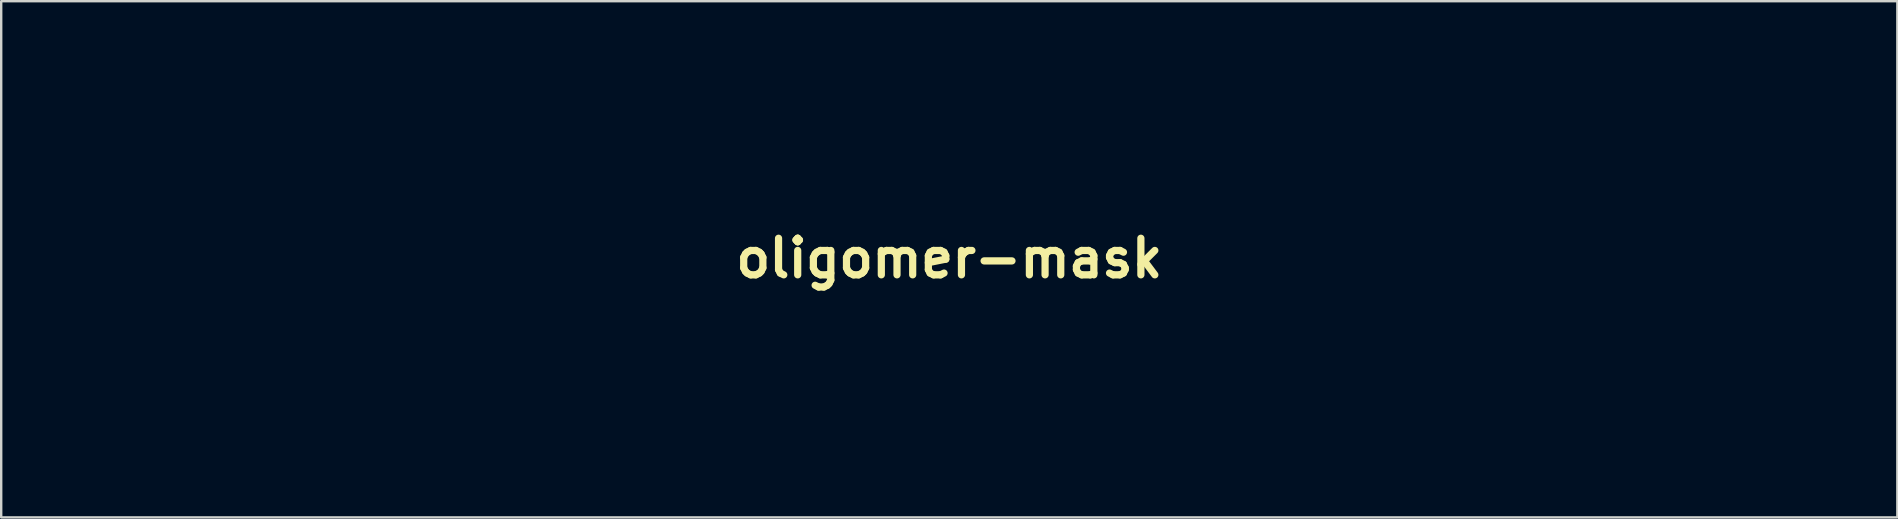
<source format=kicad_pcb>
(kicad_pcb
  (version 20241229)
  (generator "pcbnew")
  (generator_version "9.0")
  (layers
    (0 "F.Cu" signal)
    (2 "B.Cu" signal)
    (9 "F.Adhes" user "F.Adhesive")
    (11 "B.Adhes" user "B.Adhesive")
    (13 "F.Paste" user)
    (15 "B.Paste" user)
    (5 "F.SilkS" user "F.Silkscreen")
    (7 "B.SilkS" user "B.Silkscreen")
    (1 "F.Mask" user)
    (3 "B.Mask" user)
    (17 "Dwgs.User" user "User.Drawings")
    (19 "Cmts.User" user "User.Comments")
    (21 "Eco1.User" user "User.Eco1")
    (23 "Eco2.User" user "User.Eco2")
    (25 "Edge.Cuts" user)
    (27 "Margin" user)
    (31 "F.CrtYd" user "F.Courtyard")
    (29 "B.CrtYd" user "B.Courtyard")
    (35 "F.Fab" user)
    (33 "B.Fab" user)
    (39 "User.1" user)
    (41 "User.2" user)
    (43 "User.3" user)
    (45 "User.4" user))
  (footprint "oligomer-mask"
    (layer "F.Cu")
    (at 36.496 7.71)
    (property "Reference" "oligomer-mask" (at 0 0 0) (layer "F.SilkS") (effects (font (size 1.524 1.524) (thickness 0.3))))
    (attr exclude_from_pos_files exclude_from_bom)
    (fp_poly (pts (xy -8.467 -1.228) (xy -8.434 -1.125) (xy -8.408 -0.875) (xy -8.391 -0.499) (xy -8.382 -0.02) (xy -8.382 0.127) (xy -8.387 0.631) (xy -8.403 1.037) (xy -8.426 1.324) (xy -8.457 1.469) (xy -8.467 1.482) (xy -8.501 1.422) (xy -8.527 1.198) (xy -8.544 0.815) (xy -8.551 0.278) (xy -8.551 0.127) (xy -8.546 -0.447) (xy -8.532 -0.867) (xy -8.508 -1.129) (xy -8.476 -1.229) (xy -8.467 -1.228)) (stroke (width 0.01) (type solid)) (fill yes) (layer "F.Mask"))
    (fp_poly (pts (xy 3.81 -1.228) (xy 3.842 -1.125) (xy 3.868 -0.874) (xy 3.885 -0.495) (xy 3.894 -0.01) (xy 3.895 0.174) (xy 3.889 0.713) (xy 3.875 1.125) (xy 3.851 1.399) (xy 3.819 1.519) (xy 3.81 1.524) (xy 3.777 1.442) (xy 3.751 1.203) (xy 3.734 0.82) (xy 3.726 0.306) (xy 3.725 0.122) (xy 3.73 -0.45) (xy 3.745 -0.87) (xy 3.768 -1.131) (xy 3.801 -1.229) (xy 3.81 -1.228)) (stroke (width 0.01) (type solid)) (fill yes) (layer "F.Mask"))
    (fp_poly (pts (xy 8.487 1.494) (xy 8.502 1.513) (xy 8.449 1.576) (xy 8.275 1.702) (xy 8.012 1.872) (xy 7.69 2.071) (xy 7.337 2.279) (xy 6.983 2.481) (xy 6.659 2.658) (xy 6.394 2.793) (xy 6.218 2.869) (xy 6.173 2.879) (xy 6.113 2.843) (xy 6.143 2.802) (xy 6.243 2.733) (xy 6.47 2.593) (xy 6.806 2.393) (xy 7.23 2.144) (xy 7.721 1.858) (xy 8.262 1.547) (xy 8.397 1.47) (xy 8.487 1.494)) (stroke (width 0.01) (type solid)) (fill yes) (layer "F.Mask"))
    (fp_poly (pts (xy -30.735 -2.56) (xy -30.734 -2.549) (xy -30.803 -2.48) (xy -30.992 -2.348) (xy -31.27 -2.172) (xy -31.601 -1.977) (xy -31.996 -1.752) (xy -32.268 -1.598) (xy -32.44 -1.504) (xy -32.539 -1.46) (xy -32.587 -1.454) (xy -32.61 -1.474) (xy -32.624 -1.5) (xy -32.568 -1.559) (xy -32.398 -1.68) (xy -32.147 -1.845) (xy -31.847 -2.033) (xy -31.531 -2.224) (xy -31.233 -2.398) (xy -30.985 -2.534) (xy -30.82 -2.613) (xy -30.778 -2.625) (xy -30.735 -2.56)) (stroke (width 0.01) (type solid)) (fill yes) (layer "F.Mask"))
    (fp_poly (pts (xy -3.78 1.504) (xy -3.834 1.569) (xy -4.011 1.701) (xy -4.288 1.883) (xy -4.641 2.099) (xy -4.86 2.228) (xy -5.372 2.519) (xy -5.75 2.722) (xy -6.003 2.841) (xy -6.137 2.878) (xy -6.161 2.837) (xy -6.144 2.803) (xy -6.056 2.734) (xy -5.85 2.602) (xy -5.559 2.427) (xy -5.229 2.237) (xy -4.857 2.026) (xy -4.513 1.83) (xy -4.239 1.673) (xy -4.093 1.589) (xy -3.908 1.504) (xy -3.791 1.494) (xy -3.78 1.504)) (stroke (width 0.01) (type solid)) (fill yes) (layer "F.Mask"))
    (fp_poly (pts (xy 6.317 -2.584) (xy 6.526 -2.475) (xy 6.816 -2.314) (xy 7.155 -2.12) (xy 7.513 -1.91) (xy 7.861 -1.702) (xy 8.167 -1.515) (xy 8.401 -1.366) (xy 8.533 -1.272) (xy 8.551 -1.252) (xy 8.538 -1.208) (xy 8.486 -1.201) (xy 8.375 -1.24) (xy 8.184 -1.334) (xy 7.894 -1.493) (xy 7.485 -1.726) (xy 7.324 -1.818) (xy 6.81 -2.121) (xy 6.446 -2.352) (xy 6.232 -2.512) (xy 6.165 -2.602) (xy 6.218 -2.625) (xy 6.317 -2.584)) (stroke (width 0.01) (type solid)) (fill yes) (layer "F.Mask"))
    (fp_poly (pts (xy -6.07 -2.61) (xy -5.932 -2.552) (xy -5.695 -2.43) (xy -5.389 -2.261) (xy -5.045 -2.064) (xy -4.691 -1.855) (xy -4.358 -1.652) (xy -4.075 -1.474) (xy -3.873 -1.337) (xy -3.781 -1.26) (xy -3.779 -1.252) (xy -3.807 -1.217) (xy -3.851 -1.205) (xy -3.933 -1.228) (xy -4.075 -1.295) (xy -4.299 -1.417) (xy -4.627 -1.604) (xy -5.056 -1.851) (xy -5.552 -2.144) (xy -5.909 -2.37) (xy -6.124 -2.526) (xy -6.194 -2.61) (xy -6.116 -2.62) (xy -6.07 -2.61)) (stroke (width 0.01) (type solid)) (fill yes) (layer "F.Mask"))
    (fp_poly (pts (xy 30.847 -2.573) (xy 31.051 -2.484) (xy 31.335 -2.34) (xy 31.597 -2.196) (xy 32.027 -1.951) (xy 32.327 -1.775) (xy 32.518 -1.654) (xy 32.618 -1.576) (xy 32.646 -1.528) (xy 32.621 -1.497) (xy 32.621 -1.497) (xy 32.523 -1.519) (xy 32.312 -1.613) (xy 32.017 -1.764) (xy 31.669 -1.957) (xy 31.662 -1.961) (xy 31.268 -2.188) (xy 31 -2.345) (xy 30.835 -2.447) (xy 30.752 -2.511) (xy 30.729 -2.549) (xy 30.744 -2.579) (xy 30.757 -2.592) (xy 30.847 -2.573)) (stroke (width 0.01) (type solid)) (fill yes) (layer "F.Mask"))
    (fp_poly (pts (xy 36.37 -1.492) (xy 36.437 -1.421) (xy 36.473 -1.3) (xy 36.406 -1.16) (xy 36.283 -1.019) (xy 36.036 -0.762) (xy 36.264 -0.762) (xy 36.43 -0.735) (xy 36.491 -0.677) (xy 36.417 -0.621) (xy 36.234 -0.593) (xy 36.195 -0.593) (xy 35.975 -0.622) (xy 35.899 -0.705) (xy 35.956 -0.835) (xy 36.095 -1.002) (xy 36.11 -1.016) (xy 36.256 -1.2) (xy 36.318 -1.375) (xy 36.289 -1.496) (xy 36.212 -1.524) (xy 36.059 -1.47) (xy 35.99 -1.418) (xy 35.908 -1.358) (xy 35.914 -1.433) (xy 35.916 -1.439) (xy 36.021 -1.542) (xy 36.197 -1.559) (xy 36.37 -1.492)) (stroke (width 0.01) (type solid)) (fill yes) (layer "F.Mask"))
    (fp_poly (pts (xy -34.76 -1.573) (xy -34.632 -1.445) (xy -34.597 -1.306) (xy -34.665 -1.149) (xy -34.763 -1.022) (xy -34.897 -0.856) (xy -34.925 -0.782) (xy -34.854 -0.763) (xy -34.806 -0.762) (xy -34.664 -0.728) (xy -34.629 -0.677) (xy -34.703 -0.621) (xy -34.886 -0.593) (xy -34.925 -0.593) (xy -35.121 -0.61) (xy -35.219 -0.652) (xy -35.221 -0.661) (xy -35.165 -0.758) (xy -35.025 -0.916) (xy -34.967 -0.974) (xy -34.808 -1.15) (xy -34.719 -1.294) (xy -34.713 -1.323) (xy -34.774 -1.462) (xy -34.906 -1.496) (xy -34.992 -1.449) (xy -35.115 -1.363) (xy -35.183 -1.373) (xy -35.149 -1.467) (xy -35.137 -1.482) (xy -34.955 -1.596) (xy -34.76 -1.573)) (stroke (width 0.01) (type solid)) (fill yes) (layer "F.Mask"))
    (fp_poly (pts (xy -33.613 -2.352) (xy -33.368 -2.248) (xy -33.316 -2.201) (xy -33.216 -2.044) (xy -33.239 -1.968) (xy -33.357 -2.005) (xy -33.428 -2.061) (xy -33.675 -2.199) (xy -33.908 -2.188) (xy -34.093 -2.043) (xy -34.195 -1.785) (xy -34.205 -1.651) (xy -34.172 -1.413) (xy -34.118 -1.264) (xy -33.964 -1.133) (xy -33.745 -1.1) (xy -33.532 -1.165) (xy -33.424 -1.27) (xy -33.302 -1.413) (xy -33.215 -1.422) (xy -33.189 -1.325) (xy -33.264 -1.143) (xy -33.452 -1.01) (xy -33.702 -0.942) (xy -33.963 -0.955) (xy -34.149 -1.037) (xy -34.31 -1.249) (xy -34.383 -1.544) (xy -34.368 -1.86) (xy -34.265 -2.135) (xy -34.147 -2.265) (xy -33.9 -2.36) (xy -33.613 -2.352)) (stroke (width 0.01) (type solid)) (fill yes) (layer "F.Mask"))
    (fp_poly (pts (xy -2.787 6.81) (xy -2.673 6.943) (xy -2.657 7.027) (xy -2.624 7.256) (xy -2.584 7.388) (xy -2.573 7.576) (xy -2.679 7.715) (xy -2.85 7.779) (xy -3.036 7.743) (xy -3.133 7.662) (xy -3.181 7.56) (xy -3.122 7.541) (xy -3.003 7.615) (xy -2.988 7.63) (xy -2.855 7.682) (xy -2.801 7.667) (xy -2.715 7.535) (xy -2.749 7.382) (xy -2.839 7.311) (xy -2.919 7.259) (xy -2.86 7.183) (xy -2.818 7.15) (xy -2.719 7.043) (xy -2.765 6.94) (xy -2.773 6.931) (xy -2.889 6.868) (xy -2.98 6.926) (xy -3.107 7.016) (xy -3.178 7.012) (xy -3.148 6.921) (xy -3.129 6.896) (xy -2.96 6.789) (xy -2.787 6.81)) (stroke (width 0.01) (type solid)) (fill yes) (layer "F.Mask"))
    (fp_poly (pts (xy 4.238 6.808) (xy 4.35 6.941) (xy 4.365 7.029) (xy 4.392 7.235) (xy 4.432 7.345) (xy 4.447 7.506) (xy 4.358 7.676) (xy 4.21 7.781) (xy 4.156 7.789) (xy 3.972 7.728) (xy 3.895 7.662) (xy 3.846 7.56) (xy 3.905 7.541) (xy 4.025 7.615) (xy 4.04 7.63) (xy 4.172 7.682) (xy 4.226 7.667) (xy 4.313 7.535) (xy 4.269 7.376) (xy 4.17 7.288) (xy 4.094 7.22) (xy 4.128 7.199) (xy 4.213 7.126) (xy 4.233 7.027) (xy 4.189 6.883) (xy 4.089 6.872) (xy 4.022 6.943) (xy 3.905 7.024) (xy 3.879 7.027) (xy 3.846 6.978) (xy 3.898 6.896) (xy 4.067 6.788) (xy 4.238 6.808)) (stroke (width 0.01) (type solid)) (fill yes) (layer "F.Mask"))
    (fp_poly (pts (xy 34.163 -2.277) (xy 34.248 -2.201) (xy 34.348 -2.044) (xy 34.325 -1.968) (xy 34.207 -2.005) (xy 34.136 -2.061) (xy 33.905 -2.178) (xy 33.672 -2.154) (xy 33.48 -2.011) (xy 33.37 -1.772) (xy 33.359 -1.651) (xy 33.418 -1.4) (xy 33.568 -1.215) (xy 33.766 -1.117) (xy 33.969 -1.127) (xy 34.137 -1.264) (xy 34.14 -1.27) (xy 34.262 -1.413) (xy 34.349 -1.422) (xy 34.375 -1.325) (xy 34.299 -1.151) (xy 34.11 -1.008) (xy 33.863 -0.934) (xy 33.803 -0.931) (xy 33.533 -1) (xy 33.365 -1.154) (xy 33.233 -1.417) (xy 33.189 -1.666) (xy 33.255 -1.96) (xy 33.424 -2.188) (xy 33.659 -2.33) (xy 33.918 -2.366) (xy 34.163 -2.277)) (stroke (width 0.01) (type solid)) (fill yes) (layer "F.Mask"))
    (fp_poly (pts (xy -1.332 6.161) (xy -1.312 6.181) (xy -1.212 6.338) (xy -1.235 6.414) (xy -1.353 6.377) (xy -1.424 6.321) (xy -1.653 6.196) (xy -1.87 6.212) (xy -2.051 6.338) (xy -2.171 6.546) (xy -2.204 6.807) (xy -2.127 7.092) (xy -2.114 7.118) (xy -1.96 7.249) (xy -1.741 7.282) (xy -1.528 7.217) (xy -1.42 7.112) (xy -1.298 6.969) (xy -1.211 6.96) (xy -1.185 7.057) (xy -1.258 7.245) (xy -1.444 7.376) (xy -1.692 7.436) (xy -1.953 7.416) (xy -2.176 7.305) (xy -2.201 7.281) (xy -2.345 7.032) (xy -2.382 6.724) (xy -2.317 6.421) (xy -2.152 6.191) (xy -2.148 6.187) (xy -1.859 6.04) (xy -1.572 6.032) (xy -1.332 6.161)) (stroke (width 0.01) (type solid)) (fill yes) (layer "F.Mask"))
    (fp_poly (pts (xy 2.224 6.161) (xy 2.244 6.181) (xy 2.344 6.338) (xy 2.321 6.414) (xy 2.203 6.377) (xy 2.132 6.321) (xy 1.89 6.196) (xy 1.637 6.216) (xy 1.488 6.314) (xy 1.384 6.519) (xy 1.36 6.797) (xy 1.42 7.071) (xy 1.442 7.118) (xy 1.596 7.249) (xy 1.815 7.282) (xy 2.028 7.217) (xy 2.136 7.112) (xy 2.258 6.969) (xy 2.345 6.96) (xy 2.371 7.057) (xy 2.298 7.245) (xy 2.112 7.376) (xy 1.864 7.436) (xy 1.603 7.416) (xy 1.38 7.305) (xy 1.355 7.281) (xy 1.211 7.032) (xy 1.174 6.724) (xy 1.239 6.421) (xy 1.404 6.191) (xy 1.408 6.187) (xy 1.697 6.04) (xy 1.984 6.032) (xy 2.224 6.161)) (stroke (width 0.01) (type solid)) (fill yes) (layer "F.Mask"))
    (fp_poly (pts (xy -11.927 -4.042) (xy -11.728 -3.815) (xy -11.626 -3.498) (xy -11.612 -3.247) (xy -11.672 -3.073) (xy -11.797 -2.927) (xy -12.074 -2.746) (xy -12.372 -2.706) (xy -12.646 -2.807) (xy -12.779 -2.932) (xy -12.93 -3.243) (xy -12.935 -3.429) (xy -12.785 -3.429) (xy -12.72 -3.176) (xy -12.556 -2.988) (xy -12.338 -2.886) (xy -12.111 -2.892) (xy -11.931 -3.014) (xy -11.852 -3.191) (xy -11.819 -3.428) (xy -11.819 -3.429) (xy -11.876 -3.739) (xy -12.042 -3.925) (xy -12.282 -3.979) (xy -12.526 -3.903) (xy -12.708 -3.708) (xy -12.784 -3.444) (xy -12.785 -3.429) (xy -12.935 -3.429) (xy -12.939 -3.573) (xy -12.808 -3.87) (xy -12.746 -3.941) (xy -12.472 -4.119) (xy -12.187 -4.148) (xy -11.927 -4.042)) (stroke (width 0.01) (type solid)) (fill yes) (layer "F.Mask"))
    (fp_poly (pts (xy 18.79 -7.623) (xy 18.985 -7.432) (xy 19.087 -7.15) (xy 19.09 -6.833) (xy 18.99 -6.534) (xy 18.903 -6.413) (xy 18.684 -6.284) (xy 18.405 -6.262) (xy 18.131 -6.345) (xy 17.955 -6.488) (xy 17.807 -6.782) (xy 17.798 -6.952) (xy 17.949 -6.952) (xy 18.015 -6.697) (xy 18.18 -6.524) (xy 18.399 -6.446) (xy 18.626 -6.475) (xy 18.814 -6.624) (xy 18.86 -6.702) (xy 18.91 -6.959) (xy 18.859 -7.23) (xy 18.725 -7.439) (xy 18.685 -7.469) (xy 18.447 -7.536) (xy 18.22 -7.464) (xy 18.041 -7.283) (xy 17.953 -7.019) (xy 17.949 -6.952) (xy 17.798 -6.952) (xy 17.792 -7.08) (xy 17.885 -7.351) (xy 18.066 -7.564) (xy 18.311 -7.689) (xy 18.598 -7.695) (xy 18.79 -7.623)) (stroke (width 0.01) (type solid)) (fill yes) (layer "F.Mask"))
    (fp_poly (pts (xy 24.981 -3.994) (xy 25.008 -3.973) (xy 25.174 -3.745) (xy 25.242 -3.444) (xy 25.207 -3.134) (xy 25.066 -2.883) (xy 25.061 -2.879) (xy 24.83 -2.75) (xy 24.538 -2.712) (xy 24.266 -2.771) (xy 24.192 -2.815) (xy 24.002 -3.058) (xy 23.923 -3.378) (xy 23.934 -3.456) (xy 24.125 -3.456) (xy 24.166 -3.162) (xy 24.218 -3.042) (xy 24.369 -2.916) (xy 24.596 -2.881) (xy 24.825 -2.938) (xy 24.928 -3.012) (xy 25.049 -3.232) (xy 25.056 -3.49) (xy 24.967 -3.734) (xy 24.8 -3.915) (xy 24.589 -3.979) (xy 24.354 -3.907) (xy 24.193 -3.718) (xy 24.125 -3.456) (xy 23.934 -3.456) (xy 23.965 -3.696) (xy 24.131 -3.979) (xy 24.379 -4.129) (xy 24.673 -4.137) (xy 24.981 -3.994)) (stroke (width 0.01) (type solid)) (fill yes) (layer "F.Mask"))
    (fp_poly (pts (xy 27.968 1.255) (xy 28.204 1.446) (xy 28.321 1.73) (xy 28.302 2.079) (xy 28.28 2.155) (xy 28.113 2.444) (xy 27.868 2.602) (xy 27.584 2.621) (xy 27.299 2.489) (xy 27.216 2.417) (xy 27.048 2.152) (xy 27.022 1.972) (xy 27.188 1.972) (xy 27.265 2.226) (xy 27.318 2.3) (xy 27.538 2.434) (xy 27.79 2.432) (xy 27.976 2.322) (xy 28.068 2.141) (xy 28.106 1.884) (xy 28.086 1.629) (xy 28.008 1.456) (xy 27.818 1.369) (xy 27.571 1.369) (xy 27.352 1.453) (xy 27.311 1.488) (xy 27.203 1.699) (xy 27.188 1.972) (xy 27.022 1.972) (xy 27.005 1.857) (xy 27.072 1.572) (xy 27.235 1.341) (xy 27.481 1.205) (xy 27.634 1.185) (xy 27.968 1.255)) (stroke (width 0.01) (type solid)) (fill yes) (layer "F.Mask"))
    (fp_poly (pts (xy -27.323 1.25) (xy -27.113 1.441) (xy -27.016 1.758) (xy -27.009 1.899) (xy -27.031 2.167) (xy -27.118 2.343) (xy -27.232 2.449) (xy -27.529 2.599) (xy -27.823 2.598) (xy -28.076 2.445) (xy -28.087 2.434) (xy -28.264 2.146) (xy -28.298 1.914) (xy -28.109 1.914) (xy -28.046 2.191) (xy -27.882 2.375) (xy -27.66 2.445) (xy -27.421 2.38) (xy -27.333 2.315) (xy -27.212 2.105) (xy -27.183 1.823) (xy -27.253 1.543) (xy -27.266 1.518) (xy -27.417 1.388) (xy -27.644 1.355) (xy -27.906 1.412) (xy -28.058 1.591) (xy -28.109 1.901) (xy -28.109 1.914) (xy -28.298 1.914) (xy -28.309 1.84) (xy -28.237 1.554) (xy -28.06 1.329) (xy -27.792 1.201) (xy -27.644 1.185) (xy -27.323 1.25)) (stroke (width 0.01) (type solid)) (fill yes) (layer "F.Mask"))
    (fp_poly (pts (xy -24.349 -4.125) (xy -24.261 -4.096) (xy -24.086 -3.95) (xy -23.958 -3.699) (xy -23.903 -3.408) (xy -23.914 -3.252) (xy -24.038 -2.97) (xy -24.257 -2.783) (xy -24.528 -2.704) (xy -24.805 -2.744) (xy -25.043 -2.917) (xy -25.055 -2.932) (xy -25.207 -3.234) (xy -25.216 -3.427) (xy -25.065 -3.427) (xy -25.021 -3.186) (xy -24.921 -3.034) (xy -24.722 -2.913) (xy -24.476 -2.884) (xy -24.264 -2.953) (xy -24.232 -2.98) (xy -24.153 -3.156) (xy -24.134 -3.41) (xy -24.172 -3.667) (xy -24.263 -3.846) (xy -24.476 -3.972) (xy -24.687 -3.962) (xy -24.873 -3.847) (xy -25.008 -3.658) (xy -25.065 -3.427) (xy -25.216 -3.427) (xy -25.222 -3.537) (xy -25.121 -3.81) (xy -24.928 -4.021) (xy -24.663 -4.136) (xy -24.349 -4.125)) (stroke (width 0.01) (type solid)) (fill yes) (layer "F.Mask"))
    (fp_poly (pts (xy -18.252 -7.662) (xy -17.988 -7.497) (xy -17.988 -7.497) (xy -17.827 -7.235) (xy -17.774 -6.92) (xy -17.831 -6.618) (xy -17.949 -6.435) (xy -18.19 -6.301) (xy -18.493 -6.272) (xy -18.786 -6.351) (xy -18.855 -6.392) (xy -19.029 -6.608) (xy -19.097 -6.898) (xy -19.09 -6.964) (xy -18.877 -6.964) (xy -18.857 -6.709) (xy -18.779 -6.536) (xy -18.589 -6.449) (xy -18.343 -6.449) (xy -18.124 -6.533) (xy -18.082 -6.568) (xy -17.967 -6.782) (xy -17.962 -7.038) (xy -18.048 -7.283) (xy -18.207 -7.467) (xy -18.414 -7.535) (xy -18.631 -7.481) (xy -18.748 -7.402) (xy -18.839 -7.221) (xy -18.877 -6.964) (xy -19.09 -6.964) (xy -19.061 -7.208) (xy -18.924 -7.481) (xy -18.814 -7.589) (xy -18.547 -7.695) (xy -18.252 -7.662)) (stroke (width 0.01) (type solid)) (fill yes) (layer "F.Mask"))
    (fp_poly (pts (xy 12.587 -4.062) (xy 12.801 -3.873) (xy 12.929 -3.614) (xy 12.947 -3.315) (xy 12.833 -3.01) (xy 12.779 -2.932) (xy 12.541 -2.756) (xy 12.244 -2.709) (xy 11.941 -2.798) (xy 11.876 -2.839) (xy 11.712 -3.043) (xy 11.641 -3.323) (xy 11.647 -3.429) (xy 11.853 -3.429) (xy 11.877 -3.184) (xy 11.935 -3.007) (xy 11.955 -2.98) (xy 12.151 -2.89) (xy 12.399 -2.902) (xy 12.621 -3.011) (xy 12.63 -3.019) (xy 12.762 -3.235) (xy 12.775 -3.49) (xy 12.687 -3.733) (xy 12.514 -3.913) (xy 12.289 -3.979) (xy 12.044 -3.933) (xy 11.905 -3.779) (xy 11.854 -3.495) (xy 11.853 -3.429) (xy 11.647 -3.429) (xy 11.658 -3.624) (xy 11.758 -3.893) (xy 11.937 -4.074) (xy 11.984 -4.096) (xy 12.307 -4.147) (xy 12.587 -4.062)) (stroke (width 0.01) (type solid)) (fill yes) (layer "F.Mask"))
    (fp_poly (pts (xy 34.765 -2.306) (xy 34.798 -2.101) (xy 34.798 -2.074) (xy 34.808 -1.885) (xy 34.872 -1.8) (xy 35.037 -1.779) (xy 35.137 -1.778) (xy 35.353 -1.787) (xy 35.45 -1.842) (xy 35.475 -1.989) (xy 35.475 -2.081) (xy 35.499 -2.296) (xy 35.572 -2.352) (xy 35.581 -2.349) (xy 35.642 -2.254) (xy 35.677 -2.01) (xy 35.687 -1.651) (xy 35.675 -1.263) (xy 35.638 -1.033) (xy 35.581 -0.953) (xy 35.508 -0.992) (xy 35.477 -1.181) (xy 35.475 -1.263) (xy 35.475 -1.609) (xy 34.798 -1.609) (xy 34.798 -1.27) (xy 34.777 -1.035) (xy 34.708 -0.937) (xy 34.671 -0.931) (xy 34.608 -0.962) (xy 34.569 -1.074) (xy 34.549 -1.296) (xy 34.544 -1.651) (xy 34.549 -2.011) (xy 34.569 -2.231) (xy 34.608 -2.341) (xy 34.671 -2.371) (xy 34.765 -2.306)) (stroke (width 0.01) (type solid)) (fill yes) (layer "F.Mask"))
    (fp_poly (pts (xy -35.434 -2.291) (xy -35.405 -2.072) (xy -35.391 -1.744) (xy -35.391 -1.651) (xy -35.4 -1.301) (xy -35.426 -1.052) (xy -35.464 -0.936) (xy -35.475 -0.931) (xy -35.528 -1.006) (xy -35.558 -1.194) (xy -35.56 -1.27) (xy -35.56 -1.609) (xy -36.322 -1.609) (xy -36.322 -1.27) (xy -36.341 -1.058) (xy -36.388 -0.94) (xy -36.407 -0.931) (xy -36.448 -1.011) (xy -36.477 -1.23) (xy -36.491 -1.558) (xy -36.491 -1.651) (xy -36.482 -2.001) (xy -36.456 -2.25) (xy -36.418 -2.366) (xy -36.407 -2.371) (xy -36.351 -2.296) (xy -36.323 -2.113) (xy -36.322 -2.074) (xy -36.314 -1.892) (xy -36.259 -1.806) (xy -36.111 -1.78) (xy -35.941 -1.778) (xy -35.707 -1.784) (xy -35.596 -1.827) (xy -35.562 -1.942) (xy -35.56 -2.074) (xy -35.539 -2.27) (xy -35.486 -2.368) (xy -35.475 -2.371) (xy -35.434 -2.291)) (stroke (width 0.01) (type solid)) (fill yes) (layer "F.Mask"))
    (fp_poly (pts (xy -16.553 -7.625) (xy -16.524 -7.406) (xy -16.511 -7.078) (xy -16.51 -6.985) (xy -16.519 -6.635) (xy -16.545 -6.386) (xy -16.584 -6.27) (xy -16.595 -6.265) (xy -16.648 -6.34) (xy -16.677 -6.528) (xy -16.679 -6.604) (xy -16.679 -6.943) (xy -17.441 -6.943) (xy -17.441 -6.604) (xy -17.46 -6.392) (xy -17.507 -6.274) (xy -17.526 -6.265) (xy -17.567 -6.345) (xy -17.596 -6.564) (xy -17.61 -6.892) (xy -17.611 -6.985) (xy -17.601 -7.335) (xy -17.576 -7.584) (xy -17.537 -7.7) (xy -17.526 -7.705) (xy -17.47 -7.63) (xy -17.442 -7.447) (xy -17.441 -7.408) (xy -17.433 -7.226) (xy -17.378 -7.14) (xy -17.23 -7.114) (xy -17.06 -7.112) (xy -16.826 -7.118) (xy -16.715 -7.161) (xy -16.682 -7.276) (xy -16.679 -7.408) (xy -16.658 -7.604) (xy -16.606 -7.702) (xy -16.595 -7.705) (xy -16.553 -7.625)) (stroke (width 0.01) (type solid)) (fill yes) (layer "F.Mask"))
    (fp_poly (pts (xy 3.597 6.091) (xy 3.626 6.31) (xy 3.64 6.638) (xy 3.641 6.731) (xy 3.631 7.081) (xy 3.606 7.33) (xy 3.567 7.446) (xy 3.556 7.451) (xy 3.503 7.376) (xy 3.473 7.188) (xy 3.471 7.112) (xy 3.471 6.773) (xy 2.709 6.773) (xy 2.709 7.112) (xy 2.691 7.324) (xy 2.644 7.442) (xy 2.625 7.451) (xy 2.583 7.371) (xy 2.554 7.152) (xy 2.541 6.824) (xy 2.54 6.731) (xy 2.549 6.381) (xy 2.575 6.132) (xy 2.614 6.016) (xy 2.625 6.011) (xy 2.681 6.086) (xy 2.709 6.269) (xy 2.709 6.308) (xy 2.717 6.49) (xy 2.773 6.576) (xy 2.921 6.602) (xy 3.09 6.604) (xy 3.324 6.598) (xy 3.435 6.555) (xy 3.469 6.44) (xy 3.471 6.308) (xy 3.493 6.112) (xy 3.545 6.014) (xy 3.556 6.011) (xy 3.597 6.091)) (stroke (width 0.01) (type solid)) (fill yes) (layer "F.Mask"))
    (fp_poly (pts (xy 19.445 -7.63) (xy 19.473 -7.447) (xy 19.473 -7.408) (xy 19.484 -7.218) (xy 19.548 -7.134) (xy 19.716 -7.113) (xy 19.807 -7.112) (xy 20.023 -7.123) (xy 20.123 -7.184) (xy 20.161 -7.336) (xy 20.166 -7.387) (xy 20.204 -7.607) (xy 20.251 -7.674) (xy 20.302 -7.603) (xy 20.348 -7.41) (xy 20.38 -7.111) (xy 20.387 -6.964) (xy 20.394 -6.614) (xy 20.383 -6.402) (xy 20.349 -6.296) (xy 20.287 -6.265) (xy 20.281 -6.265) (xy 20.191 -6.317) (xy 20.154 -6.493) (xy 20.151 -6.604) (xy 20.151 -6.943) (xy 19.473 -6.943) (xy 19.473 -6.604) (xy 19.455 -6.392) (xy 19.408 -6.274) (xy 19.389 -6.265) (xy 19.347 -6.345) (xy 19.318 -6.564) (xy 19.305 -6.892) (xy 19.304 -6.985) (xy 19.313 -7.335) (xy 19.339 -7.584) (xy 19.378 -7.7) (xy 19.389 -7.705) (xy 19.445 -7.63)) (stroke (width 0.01) (type solid)) (fill yes) (layer "F.Mask"))
    (fp_poly (pts (xy -3.43 6.091) (xy -3.401 6.31) (xy -3.387 6.638) (xy -3.387 6.731) (xy -3.396 7.081) (xy -3.422 7.33) (xy -3.46 7.446) (xy -3.471 7.451) (xy -3.524 7.376) (xy -3.554 7.188) (xy -3.556 7.112) (xy -3.556 6.773) (xy -4.233 6.773) (xy -4.233 7.112) (xy -4.254 7.347) (xy -4.324 7.445) (xy -4.36 7.451) (xy -4.424 7.42) (xy -4.462 7.309) (xy -4.482 7.088) (xy -4.487 6.727) (xy -4.487 6.724) (xy -4.481 6.355) (xy -4.459 6.133) (xy -4.418 6.037) (xy -4.381 6.032) (xy -4.3 6.132) (xy -4.25 6.327) (xy -4.249 6.335) (xy -4.218 6.509) (xy -4.134 6.585) (xy -3.946 6.604) (xy -3.889 6.604) (xy -3.675 6.595) (xy -3.58 6.537) (xy -3.557 6.388) (xy -3.556 6.308) (xy -3.535 6.112) (xy -3.482 6.014) (xy -3.471 6.011) (xy -3.43 6.091)) (stroke (width 0.01) (type solid)) (fill yes) (layer "F.Mask"))
    (fp_poly (pts (xy -18.422 -5.845) (xy -18.396 -5.609) (xy -18.379 -5.234) (xy -18.373 -4.736) (xy -18.373 -4.705) (xy -18.373 -3.484) (xy -17.209 -2.812) (xy -16.779 -2.564) (xy -16.373 -2.331) (xy -16.025 -2.131) (xy -15.772 -1.986) (xy -15.696 -1.942) (xy -15.347 -1.745) (xy -14.29 -2.354) (xy -13.91 -2.571) (xy -13.582 -2.754) (xy -13.336 -2.887) (xy -13.197 -2.957) (xy -13.178 -2.963) (xy -13.109 -2.929) (xy -13.193 -2.827) (xy -13.428 -2.659) (xy -13.811 -2.427) (xy -13.991 -2.324) (xy -14.359 -2.115) (xy -14.693 -1.92) (xy -14.953 -1.763) (xy -15.088 -1.677) (xy -15.316 -1.518) (xy -16.873 -2.415) (xy -18.429 -3.311) (xy -19.973 -2.418) (xy -20.432 -2.153) (xy -20.838 -1.92) (xy -21.17 -1.732) (xy -21.405 -1.6) (xy -21.523 -1.536) (xy -21.533 -1.533) (xy -21.607 -1.576) (xy -21.801 -1.69) (xy -22.088 -1.86) (xy -22.444 -2.069) (xy -22.605 -2.163) (xy -23.107 -2.467) (xy -23.46 -2.697) (xy -23.663 -2.856) (xy -23.72 -2.943) (xy -23.665 -2.963) (xy -23.575 -2.923) (xy -23.368 -2.812) (xy -23.071 -2.645) (xy -22.712 -2.439) (xy -22.588 -2.367) (xy -22.21 -2.152) (xy -21.88 -1.976) (xy -21.626 -1.852) (xy -21.479 -1.796) (xy -21.459 -1.795) (xy -21.355 -1.844) (xy -21.129 -1.963) (xy -20.806 -2.14) (xy -20.411 -2.362) (xy -19.968 -2.613) (xy -19.949 -2.625) (xy -18.544 -3.429) (xy -18.543 -4.678) (xy -18.537 -5.189) (xy -18.521 -5.577) (xy -18.495 -5.828) (xy -18.461 -5.926) (xy -18.457 -5.927) (xy -18.422 -5.845)) (stroke (width 0.01) (type solid)) (fill yes) (layer "F.Mask"))
    (fp_poly (pts (xy 18.488 -5.846) (xy 18.517 -5.623) (xy 18.54 -5.282) (xy 18.557 -4.85) (xy 18.561 -4.679) (xy 18.584 -3.432) (xy 20.015 -2.605) (xy 20.461 -2.349) (xy 20.858 -2.126) (xy 21.183 -1.948) (xy 21.412 -1.828) (xy 21.521 -1.779) (xy 21.524 -1.778) (xy 21.622 -1.819) (xy 21.837 -1.93) (xy 22.14 -2.097) (xy 22.503 -2.304) (xy 22.625 -2.375) (xy 22.998 -2.586) (xy 23.32 -2.754) (xy 23.563 -2.866) (xy 23.698 -2.908) (xy 23.715 -2.904) (xy 23.669 -2.841) (xy 23.498 -2.713) (xy 23.226 -2.534) (xy 22.875 -2.32) (xy 22.645 -2.187) (xy 21.508 -1.537) (xy 19.979 -2.426) (xy 18.45 -3.315) (xy 16.951 -2.451) (xy 16.496 -2.189) (xy 16.093 -1.957) (xy 15.764 -1.768) (xy 15.531 -1.634) (xy 15.417 -1.569) (xy 15.409 -1.565) (xy 15.325 -1.597) (xy 15.122 -1.7) (xy 14.828 -1.86) (xy 14.472 -2.06) (xy 14.351 -2.13) (xy 13.97 -2.35) (xy 13.636 -2.543) (xy 13.377 -2.693) (xy 13.227 -2.781) (xy 13.209 -2.791) (xy 13.131 -2.882) (xy 13.144 -2.927) (xy 13.235 -2.909) (xy 13.444 -2.818) (xy 13.743 -2.667) (xy 14.104 -2.47) (xy 14.256 -2.383) (xy 14.637 -2.167) (xy 14.966 -1.985) (xy 15.217 -1.853) (xy 15.359 -1.785) (xy 15.38 -1.779) (xy 15.472 -1.82) (xy 15.687 -1.934) (xy 16.001 -2.107) (xy 16.391 -2.326) (xy 16.832 -2.579) (xy 16.891 -2.613) (xy 18.33 -3.445) (xy 18.354 -4.686) (xy 18.368 -5.142) (xy 18.389 -5.517) (xy 18.416 -5.784) (xy 18.446 -5.917) (xy 18.457 -5.927) (xy 18.488 -5.846)) (stroke (width 0.01) (type solid)) (fill yes) (layer "F.Mask"))
    (fp_poly (pts (xy 30.841 -3.432) (xy 31.048 -3.328) (xy 31.301 -3.187) (xy 31.626 -2.999) (xy 32.016 -2.774) (xy 32.39 -2.558) (xy 32.408 -2.547) (xy 32.683 -2.377) (xy 32.882 -2.232) (xy 32.976 -2.135) (xy 32.977 -2.116) (xy 32.892 -2.13) (xy 32.688 -2.218) (xy 32.392 -2.367) (xy 32.03 -2.565) (xy 31.836 -2.676) (xy 30.741 -3.311) (xy 29.446 -2.565) (xy 28.152 -1.819) (xy 28.128 -0.486) (xy 28.111 0.092) (xy 28.086 0.507) (xy 28.055 0.76) (xy 28.022 0.849) (xy 27.991 0.773) (xy 27.965 0.531) (xy 27.946 0.122) (xy 27.94 -0.434) (xy 27.938 -0.928) (xy 27.93 -1.275) (xy 27.915 -1.494) (xy 27.89 -1.606) (xy 27.853 -1.634) (xy 27.824 -1.618) (xy 27.653 -1.561) (xy 27.57 -1.574) (xy 27.516 -1.579) (xy 27.478 -1.532) (xy 27.454 -1.407) (xy 27.44 -1.182) (xy 27.433 -0.832) (xy 27.432 -0.39) (xy 27.43 0.1) (xy 27.421 0.444) (xy 27.403 0.666) (xy 27.374 0.791) (xy 27.331 0.842) (xy 27.305 0.847) (xy 27.256 0.824) (xy 27.222 0.741) (xy 27.199 0.575) (xy 27.185 0.302) (xy 27.179 -0.1) (xy 27.178 -0.491) (xy 27.178 -1.83) (xy 26.289 -2.333) (xy 25.858 -2.584) (xy 25.572 -2.767) (xy 25.424 -2.887) (xy 25.406 -2.95) (xy 25.473 -2.963) (xy 25.569 -2.923) (xy 25.783 -2.812) (xy 26.085 -2.646) (xy 26.449 -2.439) (xy 26.584 -2.361) (xy 27 -2.122) (xy 27.3 -1.961) (xy 27.508 -1.865) (xy 27.652 -1.825) (xy 27.759 -1.83) (xy 27.828 -1.854) (xy 27.967 -1.927) (xy 28.225 -2.069) (xy 28.572 -2.264) (xy 28.98 -2.498) (xy 29.347 -2.71) (xy 29.773 -2.955) (xy 30.15 -3.167) (xy 30.453 -3.333) (xy 30.656 -3.439) (xy 30.734 -3.471) (xy 30.841 -3.432)) (stroke (width 0.01) (type solid)) (fill yes) (layer "F.Mask"))
    (fp_poly (pts (xy -30.612 -3.431) (xy -30.399 -3.318) (xy -30.088 -3.145) (xy -29.702 -2.927) (xy -29.266 -2.676) (xy -29.245 -2.664) (xy -28.801 -2.408) (xy -28.403 -2.18) (xy -28.075 -1.995) (xy -27.842 -1.867) (xy -27.731 -1.809) (xy -27.73 -1.809) (xy -27.616 -1.832) (xy -27.386 -1.928) (xy -27.07 -2.083) (xy -26.698 -2.283) (xy -26.557 -2.363) (xy -26.178 -2.577) (xy -25.852 -2.758) (xy -25.607 -2.89) (xy -25.471 -2.958) (xy -25.453 -2.963) (xy -25.39 -2.932) (xy -25.469 -2.838) (xy -25.694 -2.678) (xy -26.068 -2.451) (xy -26.287 -2.325) (xy -27.174 -1.82) (xy -27.176 -0.487) (xy -27.182 0.046) (xy -27.198 0.455) (xy -27.222 0.725) (xy -27.255 0.843) (xy -27.263 0.847) (xy -27.297 0.764) (xy -27.323 0.528) (xy -27.34 0.15) (xy -27.347 -0.353) (xy -27.347 -0.428) (xy -27.349 -0.916) (xy -27.354 -1.258) (xy -27.367 -1.477) (xy -27.391 -1.596) (xy -27.427 -1.639) (xy -27.479 -1.628) (xy -27.493 -1.62) (xy -27.709 -1.588) (xy -27.79 -1.619) (xy -27.847 -1.64) (xy -27.888 -1.614) (xy -27.915 -1.52) (xy -27.93 -1.332) (xy -27.938 -1.029) (xy -27.94 -0.587) (xy -27.94 -0.426) (xy -27.945 0.092) (xy -27.961 0.486) (xy -27.986 0.742) (xy -28.02 0.845) (xy -28.025 0.847) (xy -28.059 0.764) (xy -28.085 0.527) (xy -28.102 0.147) (xy -28.11 -0.361) (xy -28.11 -0.487) (xy -28.111 -1.82) (xy -30.729 -3.311) (xy -31.557 -2.829) (xy -31.921 -2.617) (xy -32.257 -2.42) (xy -32.524 -2.263) (xy -32.653 -2.187) (xy -32.849 -2.098) (xy -32.965 -2.099) (xy -32.972 -2.108) (xy -32.918 -2.169) (xy -32.745 -2.295) (xy -32.483 -2.466) (xy -32.164 -2.666) (xy -31.816 -2.877) (xy -31.469 -3.08) (xy -31.154 -3.257) (xy -30.9 -3.391) (xy -30.737 -3.464) (xy -30.703 -3.471) (xy -30.612 -3.431)) (stroke (width 0.01) (type solid)) (fill yes) (layer "F.Mask"))
    (fp_poly (pts (xy -5.721 -3.266) (xy -5.495 -3.138) (xy -5.16 -2.948) (xy -4.755 -2.716) (xy -4.319 -2.465) (xy -4.129 -2.355) (xy -2.967 -1.683) (xy -2.944 0.105) (xy -2.921 1.892) (xy -1.482 2.722) (xy -1.036 2.977) (xy -0.642 3.201) (xy -0.322 3.38) (xy -0.098 3.502) (xy 0.005 3.553) (xy 0.009 3.554) (xy 0.094 3.514) (xy 0.303 3.402) (xy 0.612 3.23) (xy 0.997 3.012) (xy 1.436 2.76) (xy 1.49 2.729) (xy 2.921 1.902) (xy 2.943 0.171) (xy 3.133 0.171) (xy 3.133 1.839) (xy 4.593 2.69) (xy 5.044 2.95) (xy 5.446 3.179) (xy 5.777 3.363) (xy 6.014 3.489) (xy 6.132 3.544) (xy 6.138 3.546) (xy 6.235 3.507) (xy 6.453 3.394) (xy 6.77 3.222) (xy 7.161 3.003) (xy 7.604 2.749) (xy 7.662 2.716) (xy 9.102 1.88) (xy 9.125 0.149) (xy 9.147 -1.583) (xy 7.655 -2.447) (xy 6.163 -3.312) (xy 4.796 -2.531) (xy 4.353 -2.276) (xy 3.953 -2.041) (xy 3.623 -1.844) (xy 3.389 -1.699) (xy 3.281 -1.624) (xy 3.23 -1.565) (xy 3.192 -1.47) (xy 3.165 -1.318) (xy 3.148 -1.085) (xy 3.138 -0.746) (xy 3.133 -0.279) (xy 3.133 0.171) (xy 2.943 0.171) (xy 2.944 0.116) (xy 2.967 -1.671) (xy 4.543 -2.58) (xy 5.069 -2.881) (xy 5.47 -3.106) (xy 5.767 -3.263) (xy 5.979 -3.361) (xy 6.128 -3.41) (xy 6.234 -3.419) (xy 6.316 -3.398) (xy 6.325 -3.394) (xy 6.463 -3.322) (xy 6.72 -3.181) (xy 7.066 -2.985) (xy 7.474 -2.752) (xy 7.842 -2.539) (xy 8.268 -2.294) (xy 8.645 -2.082) (xy 8.948 -1.916) (xy 9.151 -1.811) (xy 9.229 -1.778) (xy 9.327 -1.819) (xy 9.541 -1.93) (xy 9.843 -2.096) (xy 10.205 -2.302) (xy 10.323 -2.371) (xy 10.747 -2.616) (xy 11.046 -2.786) (xy 11.242 -2.891) (xy 11.356 -2.94) (xy 11.412 -2.944) (xy 11.429 -2.912) (xy 11.43 -2.886) (xy 11.36 -2.818) (xy 11.169 -2.685) (xy 10.883 -2.502) (xy 10.527 -2.288) (xy 10.372 -2.198) (xy 9.313 -1.588) (xy 9.31 0.201) (xy 9.306 1.99) (xy 7.729 2.885) (xy 6.152 3.78) (xy 4.63 2.899) (xy 4.075 2.582) (xy 3.648 2.348) (xy 3.336 2.192) (xy 3.123 2.105) (xy 2.994 2.08) (xy 2.96 2.088) (xy 2.767 2.189) (xy 2.482 2.347) (xy 2.133 2.547) (xy 1.746 2.772) (xy 1.35 3.005) (xy 0.972 3.232) (xy 0.637 3.436) (xy 0.375 3.6) (xy 0.212 3.708) (xy 0.17 3.744) (xy 0.211 3.84) (xy 0.327 4.057) (xy 0.503 4.372) (xy 0.728 4.762) (xy 0.987 5.204) (xy 1.199 5.56) (xy 1.288 5.754) (xy 1.289 5.87) (xy 1.279 5.879) (xy 1.21 5.828) (xy 1.078 5.653) (xy 0.898 5.381) (xy 0.69 5.036) (xy 0.622 4.919) (xy 0.409 4.555) (xy 0.223 4.255) (xy 0.079 4.044) (xy -0.004 3.948) (xy -0.015 3.946) (xy -0.077 4.03) (xy -0.205 4.232) (xy -0.38 4.524) (xy -0.583 4.874) (xy -0.605 4.913) (xy -0.87 5.364) (xy -1.065 5.666) (xy -1.194 5.824) (xy -1.259 5.842) (xy -1.27 5.787) (xy -1.23 5.697) (xy -1.121 5.49) (xy -0.958 5.195) (xy -0.758 4.841) (xy -0.72 4.774) (xy -0.514 4.411) (xy -0.344 4.1) (xy -0.224 3.871) (xy -0.171 3.753) (xy -0.169 3.746) (xy -0.239 3.684) (xy -0.434 3.553) (xy -0.732 3.366) (xy -1.111 3.138) (xy -1.547 2.882) (xy -1.613 2.844) (xy -3.056 2.011) (xy -4.594 2.897) (xy -6.132 3.783) (xy -7.702 2.876) (xy -9.271 1.969) (xy -9.313 0.169) (xy -9.354 -1.575) (xy -9.144 -1.575) (xy -9.144 1.846) (xy -7.684 2.695) (xy -7.234 2.955) (xy -6.834 3.183) (xy -6.506 3.367) (xy -6.274 3.493) (xy -6.16 3.549) (xy -6.154 3.55) (xy -6.063 3.511) (xy -5.849 3.4) (xy -5.535 3.228) (xy -5.145 3.009) (xy -4.701 2.754) (xy -4.609 2.702) (xy -3.133 1.847) (xy -3.133 -1.583) (xy -4.63 -2.446) (xy -6.128 -3.308) (xy -7.636 -2.441) (xy -9.144 -1.575) (xy -9.354 -1.575) (xy -9.356 -1.631) (xy -10.371 -2.212) (xy -10.863 -2.501) (xy -11.204 -2.719) (xy -11.396 -2.867) (xy -11.44 -2.947) (xy -11.383 -2.963) (xy -11.291 -2.923) (xy -11.082 -2.813) (xy -10.787 -2.65) (xy -10.435 -2.448) (xy -10.381 -2.418) (xy -10.014 -2.207) (xy -9.69 -2.025) (xy -9.442 -1.89) (xy -9.305 -1.821) (xy -9.298 -1.818) (xy -9.167 -1.842) (xy -8.899 -1.956) (xy -8.5 -2.161) (xy -7.973 -2.452) (xy -7.654 -2.634) (xy -6.151 -3.504) (xy -5.721 -3.266)) (stroke (width 0.01) (type solid)) (fill yes) (layer "F.Mask")))
  (gr_rect
    (start -3 -3)
    (end 75.993 18.504)
    (stroke (width 0.1) (type default))
    (fill no)
    (layer "Edge.Cuts")))
</source>
